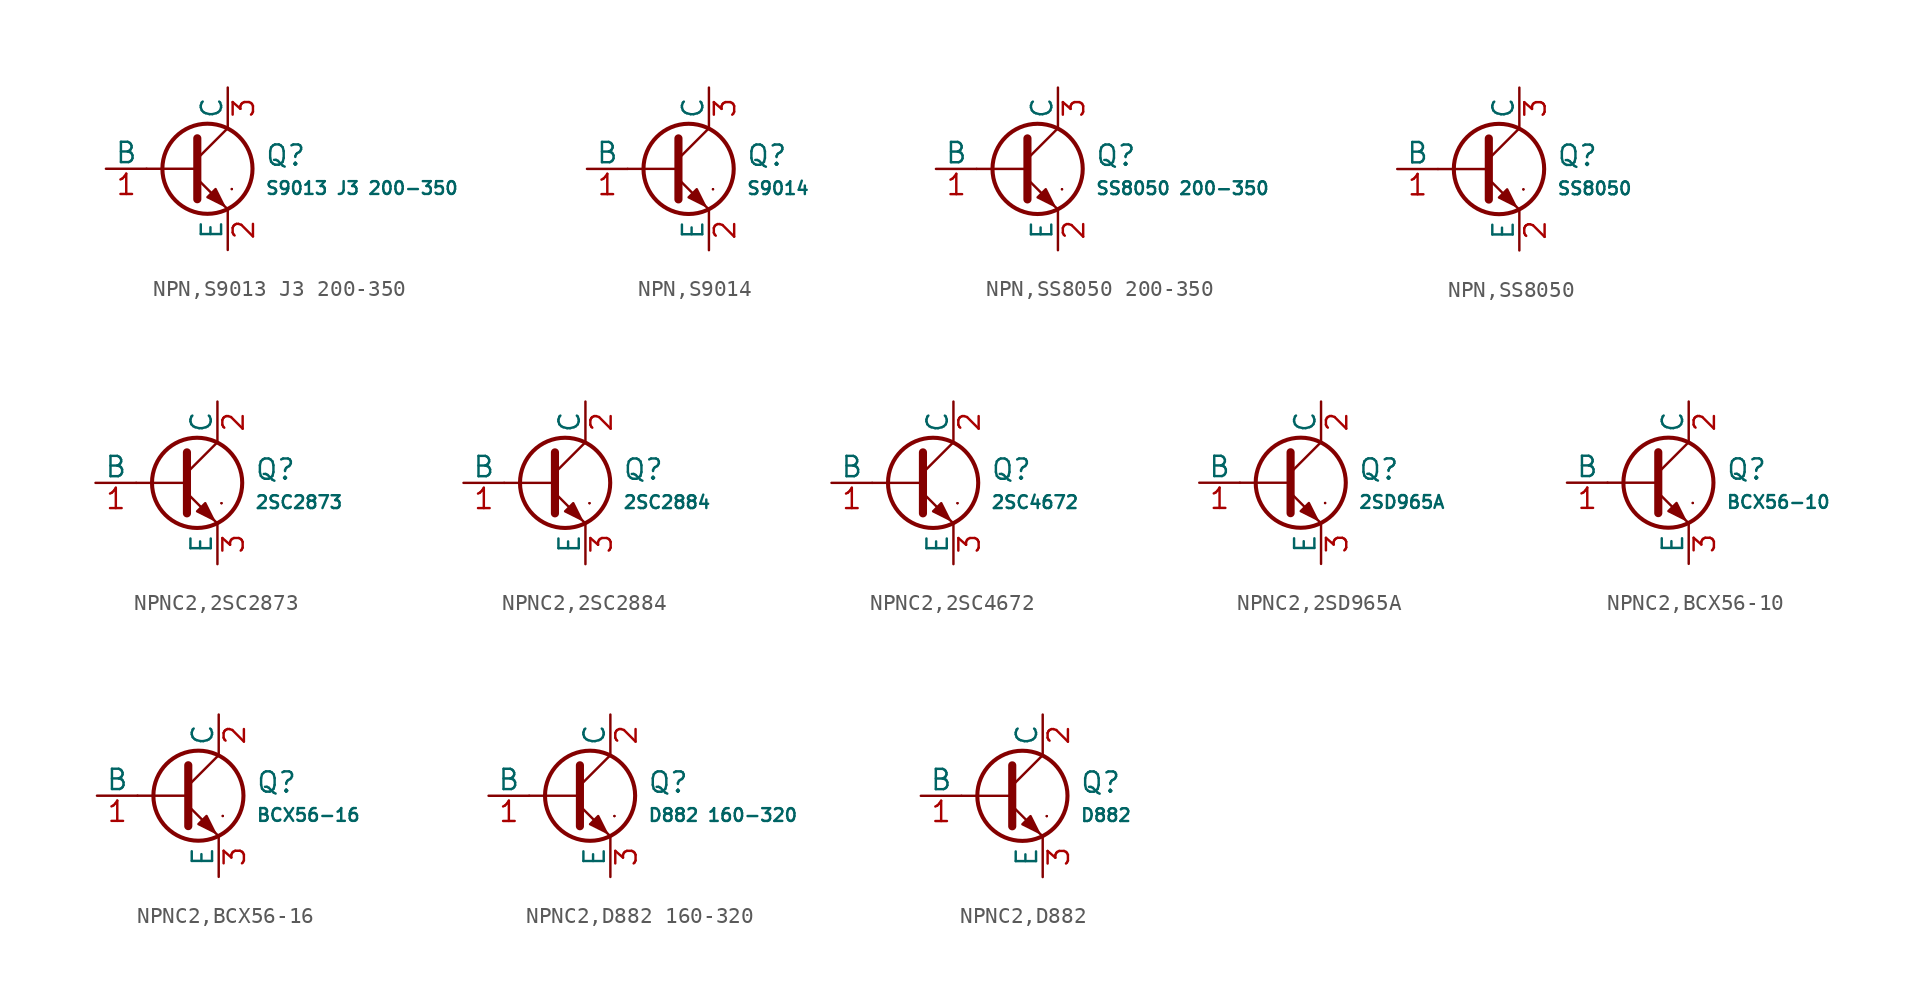
<source format=kicad_sym>
(kicad_symbol_lib
  (version 20231120)
  (generator "CDFER")
  (generator_version "8.0")
  (symbol "NPN,S9013 J3 200-350"
    (pin_names
      (offset 0))
    (property "Reference" "Q"
      (at 4.851 0.834 0)
      (effects (font (size 1.27 1.27)) (justify left)))
    (property "Value" "S9013 J3 200-350"
      (at 4.851 -1.212 0)
      (effects (font (size 0.8 0.8)) (justify left)))
    (symbol "NPN,S9013 J3 200-350_0_1"
      (polyline (pts (xy -2.54 0) (xy 0.635 0)) (stroke (width 0.152) (type default)) (fill (type none)))
      (polyline (pts (xy 0.635 0.635) (xy 2.54 2.54)) (stroke (width 0) (type default)) (fill (type none)))
      (polyline (pts (xy 2.794 -1.27) (xy 2.794 -1.27)) (stroke (width 0.152) (type default)) (fill (type none)))
      (polyline (pts (xy 2.794 -1.27) (xy 2.794 -1.27)) (stroke (width 0.152) (type default)) (fill (type none)))
      (polyline (pts (xy 0.635 -0.635) (xy 2.54 -2.54) (xy 2.54 -2.54)) (stroke (width 0) (type default)) (fill (type none)))
      (polyline (pts (xy 0.635 1.905) (xy 0.635 -1.905) (xy 0.635 -1.905)) (stroke (width 0.508) (type default)) (fill (type none)))
      (polyline (pts (xy 1.27 -1.778) (xy 1.778 -1.27) (xy 2.286 -2.286) (xy 1.27 -1.778) (xy 1.27 -1.778)) (stroke (width 0) (type default)) (fill (type outline)))
      (circle (center 1.27 0) (radius 2.819) (stroke (width 0.254) (type default)) (fill (type none))))
    (symbol "NPN,S9013 J3 200-350_1_1"
      (pin open_collector line (at 2.54 5.08 270) (length 2.54) (name "C" (effects (font (size 1.27 1.27)))) (number "3" (effects (font (size 1.27 1.27)))))
      (pin input line (at -5.08 0 0) (length 2.54) (name "B" (effects (font (size 1.27 1.27)))) (number "1" (effects (font (size 1.27 1.27)))))
      (pin open_emitter line (at 2.54 -5.08 90) (length 2.54) (name "E" (effects (font (size 1.27 1.27)))) (number "2" (effects (font (size 1.27 1.27)))))))
  (symbol "NPN,S9014"
    (pin_names
      (offset 0))
    (property "Reference" "Q"
      (at 4.851 0.834 0)
      (effects (font (size 1.27 1.27)) (justify left)))
    (property "Value" "S9014"
      (at 4.851 -1.212 0)
      (effects (font (size 0.8 0.8)) (justify left)))
    (symbol "NPN,S9014_0_1"
      (polyline (pts (xy -2.54 0) (xy 0.635 0)) (stroke (width 0.152) (type default)) (fill (type none)))
      (polyline (pts (xy 0.635 0.635) (xy 2.54 2.54)) (stroke (width 0) (type default)) (fill (type none)))
      (polyline (pts (xy 2.794 -1.27) (xy 2.794 -1.27)) (stroke (width 0.152) (type default)) (fill (type none)))
      (polyline (pts (xy 2.794 -1.27) (xy 2.794 -1.27)) (stroke (width 0.152) (type default)) (fill (type none)))
      (polyline (pts (xy 0.635 -0.635) (xy 2.54 -2.54) (xy 2.54 -2.54)) (stroke (width 0) (type default)) (fill (type none)))
      (polyline (pts (xy 0.635 1.905) (xy 0.635 -1.905) (xy 0.635 -1.905)) (stroke (width 0.508) (type default)) (fill (type none)))
      (polyline (pts (xy 1.27 -1.778) (xy 1.778 -1.27) (xy 2.286 -2.286) (xy 1.27 -1.778) (xy 1.27 -1.778)) (stroke (width 0) (type default)) (fill (type outline)))
      (circle (center 1.27 0) (radius 2.819) (stroke (width 0.254) (type default)) (fill (type none))))
    (symbol "NPN,S9014_1_1"
      (pin open_collector line (at 2.54 5.08 270) (length 2.54) (name "C" (effects (font (size 1.27 1.27)))) (number "3" (effects (font (size 1.27 1.27)))))
      (pin input line (at -5.08 0 0) (length 2.54) (name "B" (effects (font (size 1.27 1.27)))) (number "1" (effects (font (size 1.27 1.27)))))
      (pin open_emitter line (at 2.54 -5.08 90) (length 2.54) (name "E" (effects (font (size 1.27 1.27)))) (number "2" (effects (font (size 1.27 1.27)))))))
  (symbol "NPN,SS8050 200-350"
    (pin_names
      (offset 0))
    (property "Reference" "Q"
      (at 4.851 0.834 0)
      (effects (font (size 1.27 1.27)) (justify left)))
    (property "Value" "SS8050 200-350"
      (at 4.851 -1.212 0)
      (effects (font (size 0.8 0.8)) (justify left)))
    (symbol "NPN,SS8050 200-350_0_1"
      (polyline (pts (xy -2.54 0) (xy 0.635 0)) (stroke (width 0.152) (type default)) (fill (type none)))
      (polyline (pts (xy 0.635 0.635) (xy 2.54 2.54)) (stroke (width 0) (type default)) (fill (type none)))
      (polyline (pts (xy 2.794 -1.27) (xy 2.794 -1.27)) (stroke (width 0.152) (type default)) (fill (type none)))
      (polyline (pts (xy 2.794 -1.27) (xy 2.794 -1.27)) (stroke (width 0.152) (type default)) (fill (type none)))
      (polyline (pts (xy 0.635 -0.635) (xy 2.54 -2.54) (xy 2.54 -2.54)) (stroke (width 0) (type default)) (fill (type none)))
      (polyline (pts (xy 0.635 1.905) (xy 0.635 -1.905) (xy 0.635 -1.905)) (stroke (width 0.508) (type default)) (fill (type none)))
      (polyline (pts (xy 1.27 -1.778) (xy 1.778 -1.27) (xy 2.286 -2.286) (xy 1.27 -1.778) (xy 1.27 -1.778)) (stroke (width 0) (type default)) (fill (type outline)))
      (circle (center 1.27 0) (radius 2.819) (stroke (width 0.254) (type default)) (fill (type none))))
    (symbol "NPN,SS8050 200-350_1_1"
      (pin open_collector line (at 2.54 5.08 270) (length 2.54) (name "C" (effects (font (size 1.27 1.27)))) (number "3" (effects (font (size 1.27 1.27)))))
      (pin input line (at -5.08 0 0) (length 2.54) (name "B" (effects (font (size 1.27 1.27)))) (number "1" (effects (font (size 1.27 1.27)))))
      (pin open_emitter line (at 2.54 -5.08 90) (length 2.54) (name "E" (effects (font (size 1.27 1.27)))) (number "2" (effects (font (size 1.27 1.27)))))))
  (symbol "NPN,SS8050"
    (pin_names
      (offset 0))
    (property "Reference" "Q"
      (at 4.851 0.834 0)
      (effects (font (size 1.27 1.27)) (justify left)))
    (property "Value" "SS8050"
      (at 4.851 -1.212 0)
      (effects (font (size 0.8 0.8)) (justify left)))
    (symbol "NPN,SS8050_0_1"
      (polyline (pts (xy -2.54 0) (xy 0.635 0)) (stroke (width 0.152) (type default)) (fill (type none)))
      (polyline (pts (xy 0.635 0.635) (xy 2.54 2.54)) (stroke (width 0) (type default)) (fill (type none)))
      (polyline (pts (xy 2.794 -1.27) (xy 2.794 -1.27)) (stroke (width 0.152) (type default)) (fill (type none)))
      (polyline (pts (xy 2.794 -1.27) (xy 2.794 -1.27)) (stroke (width 0.152) (type default)) (fill (type none)))
      (polyline (pts (xy 0.635 -0.635) (xy 2.54 -2.54) (xy 2.54 -2.54)) (stroke (width 0) (type default)) (fill (type none)))
      (polyline (pts (xy 0.635 1.905) (xy 0.635 -1.905) (xy 0.635 -1.905)) (stroke (width 0.508) (type default)) (fill (type none)))
      (polyline (pts (xy 1.27 -1.778) (xy 1.778 -1.27) (xy 2.286 -2.286) (xy 1.27 -1.778) (xy 1.27 -1.778)) (stroke (width 0) (type default)) (fill (type outline)))
      (circle (center 1.27 0) (radius 2.819) (stroke (width 0.254) (type default)) (fill (type none))))
    (symbol "NPN,SS8050_1_1"
      (pin open_collector line (at 2.54 5.08 270) (length 2.54) (name "C" (effects (font (size 1.27 1.27)))) (number "3" (effects (font (size 1.27 1.27)))))
      (pin input line (at -5.08 0 0) (length 2.54) (name "B" (effects (font (size 1.27 1.27)))) (number "1" (effects (font (size 1.27 1.27)))))
      (pin open_emitter line (at 2.54 -5.08 90) (length 2.54) (name "E" (effects (font (size 1.27 1.27)))) (number "2" (effects (font (size 1.27 1.27)))))))
  (symbol "NPNC2,2SC2873"
    (pin_names
      (offset 0))
    (property "Reference" "Q"
      (at 4.851 0.834 0)
      (effects (font (size 1.27 1.27)) (justify left)))
    (property "Value" "2SC2873"
      (at 4.851 -1.212 0)
      (effects (font (size 0.8 0.8)) (justify left)))
    (symbol "NPNC2,2SC2873_0_1"
      (polyline (pts (xy -2.54 0) (xy 0.635 0)) (stroke (width 0.152) (type default)) (fill (type none)))
      (polyline (pts (xy 0.635 0.635) (xy 2.54 2.54)) (stroke (width 0) (type default)) (fill (type none)))
      (polyline (pts (xy 2.794 -1.27) (xy 2.794 -1.27)) (stroke (width 0.152) (type default)) (fill (type none)))
      (polyline (pts (xy 2.794 -1.27) (xy 2.794 -1.27)) (stroke (width 0.152) (type default)) (fill (type none)))
      (polyline (pts (xy 0.635 -0.635) (xy 2.54 -2.54) (xy 2.54 -2.54)) (stroke (width 0) (type default)) (fill (type none)))
      (polyline (pts (xy 0.635 1.905) (xy 0.635 -1.905) (xy 0.635 -1.905)) (stroke (width 0.508) (type default)) (fill (type none)))
      (polyline (pts (xy 1.27 -1.778) (xy 1.778 -1.27) (xy 2.286 -2.286) (xy 1.27 -1.778) (xy 1.27 -1.778)) (stroke (width 0) (type default)) (fill (type outline)))
      (circle (center 1.27 0) (radius 2.819) (stroke (width 0.254) (type default)) (fill (type none))))
    (symbol "NPNC2,2SC2873_1_1"
      (pin open_collector line (at 2.54 5.08 270) (length 2.54) (name "C" (effects (font (size 1.27 1.27)))) (number "2" (effects (font (size 1.27 1.27)))))
      (pin input line (at -5.08 0 0) (length 2.54) (name "B" (effects (font (size 1.27 1.27)))) (number "1" (effects (font (size 1.27 1.27)))))
      (pin open_emitter line (at 2.54 -5.08 90) (length 2.54) (name "E" (effects (font (size 1.27 1.27)))) (number "3" (effects (font (size 1.27 1.27)))))))
  (symbol "NPNC2,2SC2884"
    (pin_names
      (offset 0))
    (property "Reference" "Q"
      (at 4.851 0.834 0)
      (effects (font (size 1.27 1.27)) (justify left)))
    (property "Value" "2SC2884"
      (at 4.851 -1.212 0)
      (effects (font (size 0.8 0.8)) (justify left)))
    (symbol "NPNC2,2SC2884_0_1"
      (polyline (pts (xy -2.54 0) (xy 0.635 0)) (stroke (width 0.152) (type default)) (fill (type none)))
      (polyline (pts (xy 0.635 0.635) (xy 2.54 2.54)) (stroke (width 0) (type default)) (fill (type none)))
      (polyline (pts (xy 2.794 -1.27) (xy 2.794 -1.27)) (stroke (width 0.152) (type default)) (fill (type none)))
      (polyline (pts (xy 2.794 -1.27) (xy 2.794 -1.27)) (stroke (width 0.152) (type default)) (fill (type none)))
      (polyline (pts (xy 0.635 -0.635) (xy 2.54 -2.54) (xy 2.54 -2.54)) (stroke (width 0) (type default)) (fill (type none)))
      (polyline (pts (xy 0.635 1.905) (xy 0.635 -1.905) (xy 0.635 -1.905)) (stroke (width 0.508) (type default)) (fill (type none)))
      (polyline (pts (xy 1.27 -1.778) (xy 1.778 -1.27) (xy 2.286 -2.286) (xy 1.27 -1.778) (xy 1.27 -1.778)) (stroke (width 0) (type default)) (fill (type outline)))
      (circle (center 1.27 0) (radius 2.819) (stroke (width 0.254) (type default)) (fill (type none))))
    (symbol "NPNC2,2SC2884_1_1"
      (pin open_collector line (at 2.54 5.08 270) (length 2.54) (name "C" (effects (font (size 1.27 1.27)))) (number "2" (effects (font (size 1.27 1.27)))))
      (pin input line (at -5.08 0 0) (length 2.54) (name "B" (effects (font (size 1.27 1.27)))) (number "1" (effects (font (size 1.27 1.27)))))
      (pin open_emitter line (at 2.54 -5.08 90) (length 2.54) (name "E" (effects (font (size 1.27 1.27)))) (number "3" (effects (font (size 1.27 1.27)))))))
  (symbol "NPNC2,2SC4672"
    (pin_names
      (offset 0))
    (property "Reference" "Q"
      (at 4.851 0.834 0)
      (effects (font (size 1.27 1.27)) (justify left)))
    (property "Value" "2SC4672"
      (at 4.851 -1.212 0)
      (effects (font (size 0.8 0.8)) (justify left)))
    (symbol "NPNC2,2SC4672_0_1"
      (polyline (pts (xy -2.54 0) (xy 0.635 0)) (stroke (width 0.152) (type default)) (fill (type none)))
      (polyline (pts (xy 0.635 0.635) (xy 2.54 2.54)) (stroke (width 0) (type default)) (fill (type none)))
      (polyline (pts (xy 2.794 -1.27) (xy 2.794 -1.27)) (stroke (width 0.152) (type default)) (fill (type none)))
      (polyline (pts (xy 2.794 -1.27) (xy 2.794 -1.27)) (stroke (width 0.152) (type default)) (fill (type none)))
      (polyline (pts (xy 0.635 -0.635) (xy 2.54 -2.54) (xy 2.54 -2.54)) (stroke (width 0) (type default)) (fill (type none)))
      (polyline (pts (xy 0.635 1.905) (xy 0.635 -1.905) (xy 0.635 -1.905)) (stroke (width 0.508) (type default)) (fill (type none)))
      (polyline (pts (xy 1.27 -1.778) (xy 1.778 -1.27) (xy 2.286 -2.286) (xy 1.27 -1.778) (xy 1.27 -1.778)) (stroke (width 0) (type default)) (fill (type outline)))
      (circle (center 1.27 0) (radius 2.819) (stroke (width 0.254) (type default)) (fill (type none))))
    (symbol "NPNC2,2SC4672_1_1"
      (pin open_collector line (at 2.54 5.08 270) (length 2.54) (name "C" (effects (font (size 1.27 1.27)))) (number "2" (effects (font (size 1.27 1.27)))))
      (pin input line (at -5.08 0 0) (length 2.54) (name "B" (effects (font (size 1.27 1.27)))) (number "1" (effects (font (size 1.27 1.27)))))
      (pin open_emitter line (at 2.54 -5.08 90) (length 2.54) (name "E" (effects (font (size 1.27 1.27)))) (number "3" (effects (font (size 1.27 1.27)))))))
  (symbol "NPNC2,2SD965A"
    (pin_names
      (offset 0))
    (property "Reference" "Q"
      (at 4.851 0.834 0)
      (effects (font (size 1.27 1.27)) (justify left)))
    (property "Value" "2SD965A"
      (at 4.851 -1.212 0)
      (effects (font (size 0.8 0.8)) (justify left)))
    (symbol "NPNC2,2SD965A_0_1"
      (polyline (pts (xy -2.54 0) (xy 0.635 0)) (stroke (width 0.152) (type default)) (fill (type none)))
      (polyline (pts (xy 0.635 0.635) (xy 2.54 2.54)) (stroke (width 0) (type default)) (fill (type none)))
      (polyline (pts (xy 2.794 -1.27) (xy 2.794 -1.27)) (stroke (width 0.152) (type default)) (fill (type none)))
      (polyline (pts (xy 2.794 -1.27) (xy 2.794 -1.27)) (stroke (width 0.152) (type default)) (fill (type none)))
      (polyline (pts (xy 0.635 -0.635) (xy 2.54 -2.54) (xy 2.54 -2.54)) (stroke (width 0) (type default)) (fill (type none)))
      (polyline (pts (xy 0.635 1.905) (xy 0.635 -1.905) (xy 0.635 -1.905)) (stroke (width 0.508) (type default)) (fill (type none)))
      (polyline (pts (xy 1.27 -1.778) (xy 1.778 -1.27) (xy 2.286 -2.286) (xy 1.27 -1.778) (xy 1.27 -1.778)) (stroke (width 0) (type default)) (fill (type outline)))
      (circle (center 1.27 0) (radius 2.819) (stroke (width 0.254) (type default)) (fill (type none))))
    (symbol "NPNC2,2SD965A_1_1"
      (pin open_collector line (at 2.54 5.08 270) (length 2.54) (name "C" (effects (font (size 1.27 1.27)))) (number "2" (effects (font (size 1.27 1.27)))))
      (pin input line (at -5.08 0 0) (length 2.54) (name "B" (effects (font (size 1.27 1.27)))) (number "1" (effects (font (size 1.27 1.27)))))
      (pin open_emitter line (at 2.54 -5.08 90) (length 2.54) (name "E" (effects (font (size 1.27 1.27)))) (number "3" (effects (font (size 1.27 1.27)))))))
  (symbol "NPNC2,BCX56-10"
    (pin_names
      (offset 0))
    (property "Reference" "Q"
      (at 4.851 0.834 0)
      (effects (font (size 1.27 1.27)) (justify left)))
    (property "Value" "BCX56-10"
      (at 4.851 -1.212 0)
      (effects (font (size 0.8 0.8)) (justify left)))
    (symbol "NPNC2,BCX56-10_0_1"
      (polyline (pts (xy -2.54 0) (xy 0.635 0)) (stroke (width 0.152) (type default)) (fill (type none)))
      (polyline (pts (xy 0.635 0.635) (xy 2.54 2.54)) (stroke (width 0) (type default)) (fill (type none)))
      (polyline (pts (xy 2.794 -1.27) (xy 2.794 -1.27)) (stroke (width 0.152) (type default)) (fill (type none)))
      (polyline (pts (xy 2.794 -1.27) (xy 2.794 -1.27)) (stroke (width 0.152) (type default)) (fill (type none)))
      (polyline (pts (xy 0.635 -0.635) (xy 2.54 -2.54) (xy 2.54 -2.54)) (stroke (width 0) (type default)) (fill (type none)))
      (polyline (pts (xy 0.635 1.905) (xy 0.635 -1.905) (xy 0.635 -1.905)) (stroke (width 0.508) (type default)) (fill (type none)))
      (polyline (pts (xy 1.27 -1.778) (xy 1.778 -1.27) (xy 2.286 -2.286) (xy 1.27 -1.778) (xy 1.27 -1.778)) (stroke (width 0) (type default)) (fill (type outline)))
      (circle (center 1.27 0) (radius 2.819) (stroke (width 0.254) (type default)) (fill (type none))))
    (symbol "NPNC2,BCX56-10_1_1"
      (pin open_collector line (at 2.54 5.08 270) (length 2.54) (name "C" (effects (font (size 1.27 1.27)))) (number "2" (effects (font (size 1.27 1.27)))))
      (pin input line (at -5.08 0 0) (length 2.54) (name "B" (effects (font (size 1.27 1.27)))) (number "1" (effects (font (size 1.27 1.27)))))
      (pin open_emitter line (at 2.54 -5.08 90) (length 2.54) (name "E" (effects (font (size 1.27 1.27)))) (number "3" (effects (font (size 1.27 1.27)))))))
  (symbol "NPNC2,BCX56-16"
    (pin_names
      (offset 0))
    (property "Reference" "Q"
      (at 4.851 0.834 0)
      (effects (font (size 1.27 1.27)) (justify left)))
    (property "Value" "BCX56-16"
      (at 4.851 -1.212 0)
      (effects (font (size 0.8 0.8)) (justify left)))
    (symbol "NPNC2,BCX56-16_0_1"
      (polyline (pts (xy -2.54 0) (xy 0.635 0)) (stroke (width 0.152) (type default)) (fill (type none)))
      (polyline (pts (xy 0.635 0.635) (xy 2.54 2.54)) (stroke (width 0) (type default)) (fill (type none)))
      (polyline (pts (xy 2.794 -1.27) (xy 2.794 -1.27)) (stroke (width 0.152) (type default)) (fill (type none)))
      (polyline (pts (xy 2.794 -1.27) (xy 2.794 -1.27)) (stroke (width 0.152) (type default)) (fill (type none)))
      (polyline (pts (xy 0.635 -0.635) (xy 2.54 -2.54) (xy 2.54 -2.54)) (stroke (width 0) (type default)) (fill (type none)))
      (polyline (pts (xy 0.635 1.905) (xy 0.635 -1.905) (xy 0.635 -1.905)) (stroke (width 0.508) (type default)) (fill (type none)))
      (polyline (pts (xy 1.27 -1.778) (xy 1.778 -1.27) (xy 2.286 -2.286) (xy 1.27 -1.778) (xy 1.27 -1.778)) (stroke (width 0) (type default)) (fill (type outline)))
      (circle (center 1.27 0) (radius 2.819) (stroke (width 0.254) (type default)) (fill (type none))))
    (symbol "NPNC2,BCX56-16_1_1"
      (pin open_collector line (at 2.54 5.08 270) (length 2.54) (name "C" (effects (font (size 1.27 1.27)))) (number "2" (effects (font (size 1.27 1.27)))))
      (pin input line (at -5.08 0 0) (length 2.54) (name "B" (effects (font (size 1.27 1.27)))) (number "1" (effects (font (size 1.27 1.27)))))
      (pin open_emitter line (at 2.54 -5.08 90) (length 2.54) (name "E" (effects (font (size 1.27 1.27)))) (number "3" (effects (font (size 1.27 1.27)))))))
  (symbol "NPNC2,D882 160-320"
    (pin_names
      (offset 0))
    (property "Reference" "Q"
      (at 4.851 0.834 0)
      (effects (font (size 1.27 1.27)) (justify left)))
    (property "Value" "D882 160-320"
      (at 4.851 -1.212 0)
      (effects (font (size 0.8 0.8)) (justify left)))
    (symbol "NPNC2,D882 160-320_0_1"
      (polyline (pts (xy -2.54 0) (xy 0.635 0)) (stroke (width 0.152) (type default)) (fill (type none)))
      (polyline (pts (xy 0.635 0.635) (xy 2.54 2.54)) (stroke (width 0) (type default)) (fill (type none)))
      (polyline (pts (xy 2.794 -1.27) (xy 2.794 -1.27)) (stroke (width 0.152) (type default)) (fill (type none)))
      (polyline (pts (xy 2.794 -1.27) (xy 2.794 -1.27)) (stroke (width 0.152) (type default)) (fill (type none)))
      (polyline (pts (xy 0.635 -0.635) (xy 2.54 -2.54) (xy 2.54 -2.54)) (stroke (width 0) (type default)) (fill (type none)))
      (polyline (pts (xy 0.635 1.905) (xy 0.635 -1.905) (xy 0.635 -1.905)) (stroke (width 0.508) (type default)) (fill (type none)))
      (polyline (pts (xy 1.27 -1.778) (xy 1.778 -1.27) (xy 2.286 -2.286) (xy 1.27 -1.778) (xy 1.27 -1.778)) (stroke (width 0) (type default)) (fill (type outline)))
      (circle (center 1.27 0) (radius 2.819) (stroke (width 0.254) (type default)) (fill (type none))))
    (symbol "NPNC2,D882 160-320_1_1"
      (pin open_collector line (at 2.54 5.08 270) (length 2.54) (name "C" (effects (font (size 1.27 1.27)))) (number "2" (effects (font (size 1.27 1.27)))))
      (pin input line (at -5.08 0 0) (length 2.54) (name "B" (effects (font (size 1.27 1.27)))) (number "1" (effects (font (size 1.27 1.27)))))
      (pin open_emitter line (at 2.54 -5.08 90) (length 2.54) (name "E" (effects (font (size 1.27 1.27)))) (number "3" (effects (font (size 1.27 1.27)))))))
  (symbol "NPNC2,D882"
    (pin_names
      (offset 0))
    (property "Reference" "Q"
      (at 4.851 0.834 0)
      (effects (font (size 1.27 1.27)) (justify left)))
    (property "Value" "D882"
      (at 4.851 -1.212 0)
      (effects (font (size 0.8 0.8)) (justify left)))
    (symbol "NPNC2,D882_0_1"
      (polyline (pts (xy -2.54 0) (xy 0.635 0)) (stroke (width 0.152) (type default)) (fill (type none)))
      (polyline (pts (xy 0.635 0.635) (xy 2.54 2.54)) (stroke (width 0) (type default)) (fill (type none)))
      (polyline (pts (xy 2.794 -1.27) (xy 2.794 -1.27)) (stroke (width 0.152) (type default)) (fill (type none)))
      (polyline (pts (xy 2.794 -1.27) (xy 2.794 -1.27)) (stroke (width 0.152) (type default)) (fill (type none)))
      (polyline (pts (xy 0.635 -0.635) (xy 2.54 -2.54) (xy 2.54 -2.54)) (stroke (width 0) (type default)) (fill (type none)))
      (polyline (pts (xy 0.635 1.905) (xy 0.635 -1.905) (xy 0.635 -1.905)) (stroke (width 0.508) (type default)) (fill (type none)))
      (polyline (pts (xy 1.27 -1.778) (xy 1.778 -1.27) (xy 2.286 -2.286) (xy 1.27 -1.778) (xy 1.27 -1.778)) (stroke (width 0) (type default)) (fill (type outline)))
      (circle (center 1.27 0) (radius 2.819) (stroke (width 0.254) (type default)) (fill (type none))))
    (symbol "NPNC2,D882_1_1"
      (pin open_collector line (at 2.54 5.08 270) (length 2.54) (name "C" (effects (font (size 1.27 1.27)))) (number "2" (effects (font (size 1.27 1.27)))))
      (pin input line (at -5.08 0 0) (length 2.54) (name "B" (effects (font (size 1.27 1.27)))) (number "1" (effects (font (size 1.27 1.27)))))
      (pin open_emitter line (at 2.54 -5.08 90) (length 2.54) (name "E" (effects (font (size 1.27 1.27)))) (number "3" (effects (font (size 1.27 1.27))))))))
</source>
